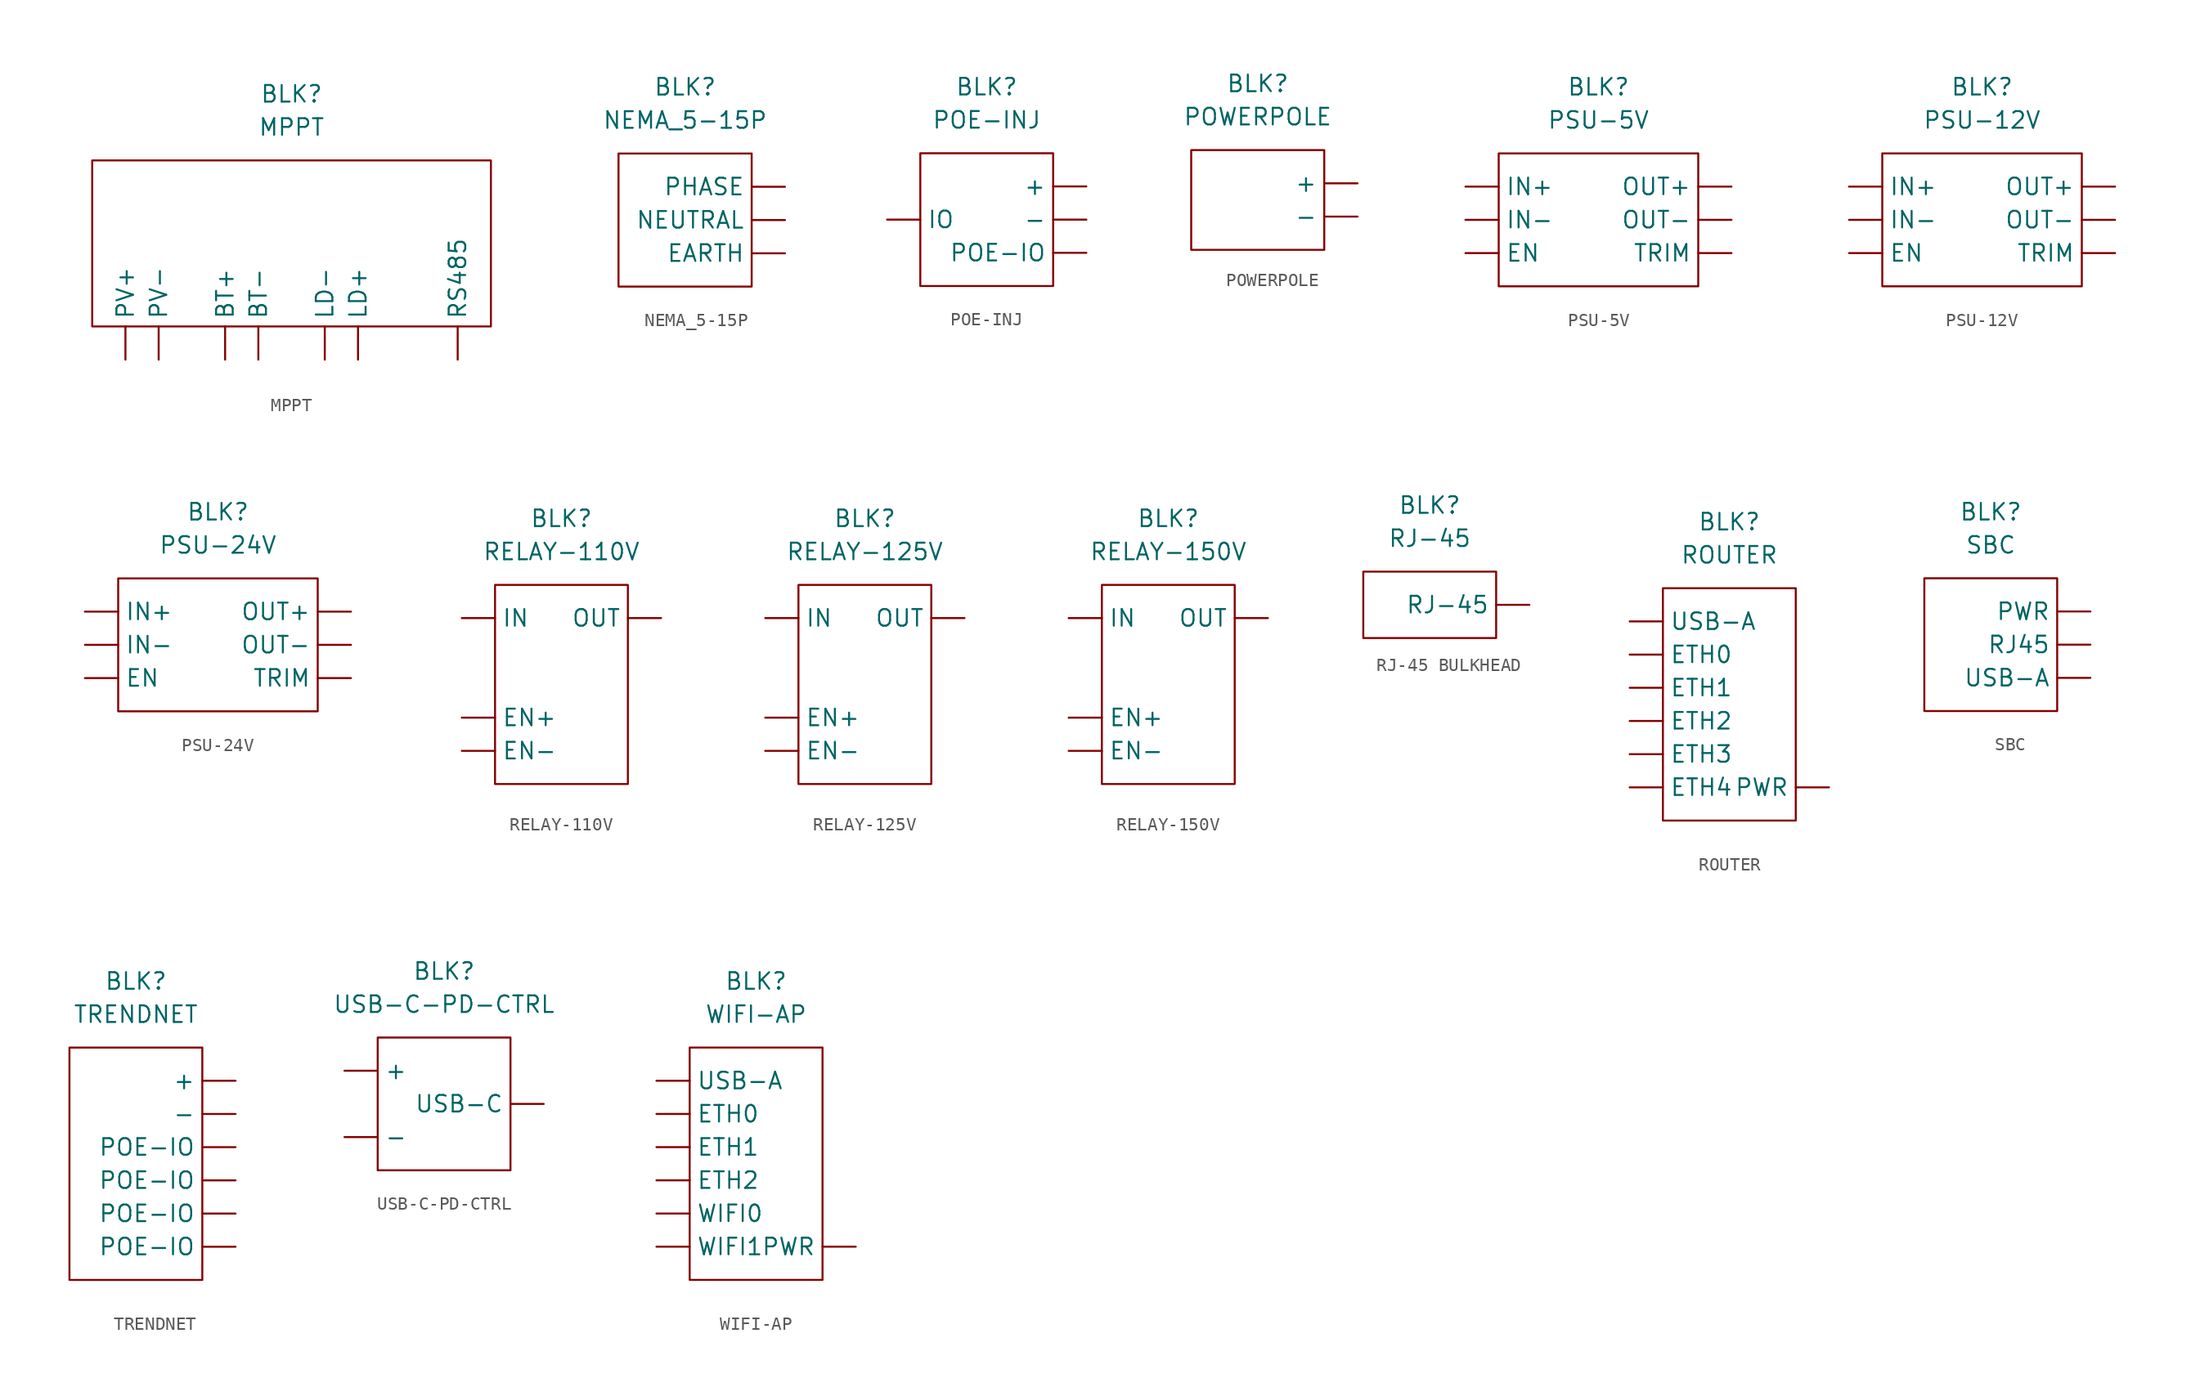
<source format=kicad_sym>
(kicad_symbol_lib
  (version 20220914)
  (generator kicad_symbol_editor)
  (symbol "MPPT"
    (pin_numbers hide)
    (property "Reference" "BLK"
      (at 0 10.16 0)
      (effects (font (size 1.27 1.27))))
    (property "Value" "MPPT"
      (at 0 7.62 0)
      (effects (font (size 1.27 1.27))))
    (symbol "MPPT_0_1"
      (rectangle (start -15.24 5.08) (end 15.24 -7.62) (stroke (width 0) (type default)) (fill (type none))))
    (symbol "MPPT_1_1"
      (pin passive line (at -5.08 -10.16 90) (length 2.54) (name "BT+" (effects (font (size 1.27 1.27)))) (number "1" (effects (font (size 1.27 1.27)))))
      (pin passive line (at 5.08 -10.16 90) (length 2.54) (name "LD+" (effects (font (size 1.27 1.27)))) (number "1" (effects (font (size 1.27 1.27)))))
      (pin passive line (at -12.7 -10.16 90) (length 2.54) (name "PV+" (effects (font (size 1.27 1.27)))) (number "1" (effects (font (size 1.27 1.27)))))
      (pin passive line (at -2.54 -10.16 90) (length 2.54) (name "BT-" (effects (font (size 1.27 1.27)))) (number "2" (effects (font (size 1.27 1.27)))))
      (pin passive line (at 2.54 -10.16 90) (length 2.54) (name "LD-" (effects (font (size 1.27 1.27)))) (number "2" (effects (font (size 1.27 1.27)))))
      (pin passive line (at -10.16 -10.16 90) (length 2.54) (name "PV-" (effects (font (size 1.27 1.27)))) (number "2" (effects (font (size 1.27 1.27)))))
      (pin passive line (at 12.7 -10.16 90) (length 2.54) (name "RS485" (effects (font (size 1.27 1.27)))) (number "3" (effects (font (size 1.27 1.27)))))))
  (symbol "NEMA_5-15P"
    (pin_numbers hide)
    (property "Reference" "BLK"
      (at 0 10.16 0)
      (effects (font (size 1.27 1.27))))
    (property "Value" "NEMA_5-15P"
      (at 0 7.62 0)
      (effects (font (size 1.27 1.27))))
    (symbol "NEMA_5-15P_0_1"
      (rectangle (start -5.08 5.08) (end 5.08 -5.08) (stroke (width 0) (type default)) (fill (type none))))
    (symbol "NEMA_5-15P_1_1"
      (pin passive line (at 7.62 2.54 180) (length 2.54) (name "PHASE" (effects (font (size 1.27 1.27)))) (number "1" (effects (font (size 1.27 1.27)))))
      (pin passive line (at 7.62 -2.54 180) (length 2.54) (name "EARTH" (effects (font (size 1.27 1.27)))) (number "2" (effects (font (size 1.27 1.27)))))
      (pin passive line (at 7.62 0 180) (length 2.54) (name "NEUTRAL" (effects (font (size 1.27 1.27)))) (number "2" (effects (font (size 1.27 1.27)))))))
  (symbol "POE-INJ"
    (pin_numbers hide)
    (property "Reference" "BLK"
      (at 0 10.16 0)
      (effects (font (size 1.27 1.27))))
    (property "Value" "POE-INJ"
      (at 0 7.62 0)
      (effects (font (size 1.27 1.27))))
    (symbol "POE-INJ_0_1"
      (rectangle (start -5.08 5.08) (end 5.08 -5.08) (stroke (width 0) (type default)) (fill (type none))))
    (symbol "POE-INJ_1_1"
      (pin passive line (at 7.62 2.54 180) (length 2.54) (name "+" (effects (font (size 1.27 1.27)))) (number "1" (effects (font (size 1.27 1.27)))))
      (pin passive line (at 7.62 0 180) (length 2.54) (name "-" (effects (font (size 1.27 1.27)))) (number "2" (effects (font (size 1.27 1.27)))))
      (pin passive line (at -7.62 0 0) (length 2.54) (name "IO" (effects (font (size 1.27 1.27)))) (number "3" (effects (font (size 1.27 1.27)))))
      (pin passive line (at 7.62 -2.54 180) (length 2.54) (name "POE-IO" (effects (font (size 1.27 1.27)))) (number "4" (effects (font (size 1.27 1.27)))))))
  (symbol "POWERPOLE"
    (pin_numbers hide)
    (property "Reference" "BLK"
      (at 0 10.16 0)
      (effects (font (size 1.27 1.27))))
    (property "Value" "POWERPOLE"
      (at 0 7.62 0)
      (effects (font (size 1.27 1.27))))
    (symbol "POWERPOLE_0_1"
      (rectangle (start -5.08 5.08) (end 5.08 -2.54) (stroke (width 0) (type default)) (fill (type none))))
    (symbol "POWERPOLE_1_1"
      (pin passive line (at 7.62 2.54 180) (length 2.54) (name "+" (effects (font (size 1.27 1.27)))) (number "1" (effects (font (size 1.27 1.27)))))
      (pin passive line (at 7.62 0 180) (length 2.54) (name "-" (effects (font (size 1.27 1.27)))) (number "2" (effects (font (size 1.27 1.27)))))))
  (symbol "PSU-5V"
    (pin_numbers hide)
    (property "Reference" "BLK"
      (at 0 10.16 0)
      (effects (font (size 1.27 1.27))))
    (property "Value" "PSU-5V"
      (at 0 7.62 0)
      (effects (font (size 1.27 1.27))))
    (symbol "PSU-5V_0_1"
      (rectangle (start -7.62 5.08) (end 7.62 -5.08) (stroke (width 0) (type default)) (fill (type none))))
    (symbol "PSU-5V_1_1"
      (pin passive line (at 10.16 2.54 180) (length 2.54) (name "OUT+" (effects (font (size 1.27 1.27)))) (number "1" (effects (font (size 1.27 1.27)))))
      (pin passive line (at 10.16 0 180) (length 2.54) (name "OUT-" (effects (font (size 1.27 1.27)))) (number "2" (effects (font (size 1.27 1.27)))))
      (pin passive line (at 10.16 -2.54 180) (length 2.54) (name "TRIM" (effects (font (size 1.27 1.27)))) (number "3" (effects (font (size 1.27 1.27)))))
      (pin passive line (at -10.16 2.54 0) (length 2.54) (name "IN+" (effects (font (size 1.27 1.27)))) (number "4" (effects (font (size 1.27 1.27)))))
      (pin passive line (at -10.16 0 0) (length 2.54) (name "IN-" (effects (font (size 1.27 1.27)))) (number "5" (effects (font (size 1.27 1.27)))))
      (pin passive line (at -10.16 -2.54 0) (length 2.54) (name "EN" (effects (font (size 1.27 1.27)))) (number "6" (effects (font (size 1.27 1.27)))))))
  (symbol "PSU-12V"
    (pin_numbers hide)
    (property "Reference" "BLK"
      (at 0 10.16 0)
      (effects (font (size 1.27 1.27))))
    (property "Value" "PSU-12V"
      (at 0 7.62 0)
      (effects (font (size 1.27 1.27))))
    (symbol "PSU-12V_0_1"
      (rectangle (start -7.62 5.08) (end 7.62 -5.08) (stroke (width 0) (type default)) (fill (type none))))
    (symbol "PSU-12V_1_1"
      (pin passive line (at 10.16 2.54 180) (length 2.54) (name "OUT+" (effects (font (size 1.27 1.27)))) (number "1" (effects (font (size 1.27 1.27)))))
      (pin passive line (at 10.16 0 180) (length 2.54) (name "OUT-" (effects (font (size 1.27 1.27)))) (number "2" (effects (font (size 1.27 1.27)))))
      (pin passive line (at 10.16 -2.54 180) (length 2.54) (name "TRIM" (effects (font (size 1.27 1.27)))) (number "3" (effects (font (size 1.27 1.27)))))
      (pin passive line (at -10.16 2.54 0) (length 2.54) (name "IN+" (effects (font (size 1.27 1.27)))) (number "4" (effects (font (size 1.27 1.27)))))
      (pin passive line (at -10.16 0 0) (length 2.54) (name "IN-" (effects (font (size 1.27 1.27)))) (number "5" (effects (font (size 1.27 1.27)))))
      (pin passive line (at -10.16 -2.54 0) (length 2.54) (name "EN" (effects (font (size 1.27 1.27)))) (number "6" (effects (font (size 1.27 1.27)))))))
  (symbol "PSU-24V"
    (pin_numbers hide)
    (property "Reference" "BLK"
      (at 0 10.16 0)
      (effects (font (size 1.27 1.27))))
    (property "Value" "PSU-24V"
      (at 0 7.62 0)
      (effects (font (size 1.27 1.27))))
    (symbol "PSU-24V_0_1"
      (rectangle (start -7.62 5.08) (end 7.62 -5.08) (stroke (width 0) (type default)) (fill (type none))))
    (symbol "PSU-24V_1_1"
      (pin passive line (at 10.16 2.54 180) (length 2.54) (name "OUT+" (effects (font (size 1.27 1.27)))) (number "1" (effects (font (size 1.27 1.27)))))
      (pin passive line (at 10.16 0 180) (length 2.54) (name "OUT-" (effects (font (size 1.27 1.27)))) (number "2" (effects (font (size 1.27 1.27)))))
      (pin passive line (at 10.16 -2.54 180) (length 2.54) (name "TRIM" (effects (font (size 1.27 1.27)))) (number "3" (effects (font (size 1.27 1.27)))))
      (pin passive line (at -10.16 2.54 0) (length 2.54) (name "IN+" (effects (font (size 1.27 1.27)))) (number "4" (effects (font (size 1.27 1.27)))))
      (pin passive line (at -10.16 0 0) (length 2.54) (name "IN-" (effects (font (size 1.27 1.27)))) (number "5" (effects (font (size 1.27 1.27)))))
      (pin passive line (at -10.16 -2.54 0) (length 2.54) (name "EN" (effects (font (size 1.27 1.27)))) (number "6" (effects (font (size 1.27 1.27)))))))
  (symbol "RELAY-110V"
    (pin_numbers hide)
    (property "Reference" "BLK"
      (at 0 12.7 0)
      (effects (font (size 1.27 1.27))))
    (property "Value" "RELAY-110V"
      (at 0 10.16 0)
      (effects (font (size 1.27 1.27))))
    (symbol "RELAY-110V_0_1"
      (rectangle (start -5.08 7.62) (end 5.08 -7.62) (stroke (width 0) (type default)) (fill (type none))))
    (symbol "RELAY-110V_1_1"
      (pin passive line (at -7.62 5.08 0) (length 2.54) (name "IN" (effects (font (size 1.27 1.27)))) (number "1" (effects (font (size 1.27 1.27)))))
      (pin passive line (at 7.62 5.08 180) (length 2.54) (name "OUT" (effects (font (size 1.27 1.27)))) (number "2" (effects (font (size 1.27 1.27)))))
      (pin passive line (at -7.62 -2.54 0) (length 2.54) (name "EN+" (effects (font (size 1.27 1.27)))) (number "3" (effects (font (size 1.27 1.27)))))
      (pin passive line (at -7.62 -5.08 0) (length 2.54) (name "EN-" (effects (font (size 1.27 1.27)))) (number "3" (effects (font (size 1.27 1.27)))))))
  (symbol "RELAY-125V"
    (pin_numbers hide)
    (property "Reference" "BLK"
      (at 0 12.7 0)
      (effects (font (size 1.27 1.27))))
    (property "Value" "RELAY-125V"
      (at 0 10.16 0)
      (effects (font (size 1.27 1.27))))
    (symbol "RELAY-125V_0_1"
      (rectangle (start -5.08 7.62) (end 5.08 -7.62) (stroke (width 0) (type default)) (fill (type none))))
    (symbol "RELAY-125V_1_1"
      (pin passive line (at -7.62 5.08 0) (length 2.54) (name "IN" (effects (font (size 1.27 1.27)))) (number "1" (effects (font (size 1.27 1.27)))))
      (pin passive line (at 7.62 5.08 180) (length 2.54) (name "OUT" (effects (font (size 1.27 1.27)))) (number "2" (effects (font (size 1.27 1.27)))))
      (pin passive line (at -7.62 -2.54 0) (length 2.54) (name "EN+" (effects (font (size 1.27 1.27)))) (number "3" (effects (font (size 1.27 1.27)))))
      (pin passive line (at -7.62 -5.08 0) (length 2.54) (name "EN-" (effects (font (size 1.27 1.27)))) (number "3" (effects (font (size 1.27 1.27)))))))
  (symbol "RELAY-150V"
    (pin_numbers hide)
    (property "Reference" "BLK"
      (at 0 12.7 0)
      (effects (font (size 1.27 1.27))))
    (property "Value" "RELAY-150V"
      (at 0 10.16 0)
      (effects (font (size 1.27 1.27))))
    (symbol "RELAY-150V_0_1"
      (rectangle (start -5.08 7.62) (end 5.08 -7.62) (stroke (width 0) (type default)) (fill (type none))))
    (symbol "RELAY-150V_1_1"
      (pin passive line (at -7.62 5.08 0) (length 2.54) (name "IN" (effects (font (size 1.27 1.27)))) (number "1" (effects (font (size 1.27 1.27)))))
      (pin passive line (at 7.62 5.08 180) (length 2.54) (name "OUT" (effects (font (size 1.27 1.27)))) (number "2" (effects (font (size 1.27 1.27)))))
      (pin passive line (at -7.62 -2.54 0) (length 2.54) (name "EN+" (effects (font (size 1.27 1.27)))) (number "3" (effects (font (size 1.27 1.27)))))
      (pin passive line (at -7.62 -5.08 0) (length 2.54) (name "EN-" (effects (font (size 1.27 1.27)))) (number "3" (effects (font (size 1.27 1.27)))))))
  (symbol "RJ-45 BULKHEAD"
    (pin_numbers hide)
    (property "Reference" "BLK"
      (at 0 7.62 0)
      (effects (font (size 1.27 1.27))))
    (property "Value" "RJ-45"
      (at 0 5.08 0)
      (effects (font (size 1.27 1.27))))
    (symbol "RJ-45 BULKHEAD_0_1"
      (rectangle (start -5.08 2.54) (end 5.08 -2.54) (stroke (width 0) (type default)) (fill (type none))))
    (symbol "RJ-45 BULKHEAD_1_1"
      (pin passive line (at 7.62 0 180) (length 2.54) (name "RJ-45" (effects (font (size 1.27 1.27)))) (number "1" (effects (font (size 1.27 1.27)))))))
  (symbol "ROUTER"
    (pin_numbers hide)
    (property "Reference" "BLK"
      (at 0 10.16 0)
      (effects (font (size 1.27 1.27))))
    (property "Value" "ROUTER"
      (at 0 7.62 0)
      (effects (font (size 1.27 1.27))))
    (symbol "ROUTER_0_1"
      (rectangle (start -5.08 5.08) (end 5.08 -12.7) (stroke (width 0) (type default)) (fill (type none))))
    (symbol "ROUTER_1_1"
      (pin passive line (at 7.62 -10.16 180) (length 2.54) (name "PWR" (effects (font (size 1.27 1.27)))) (number "1" (effects (font (size 1.27 1.27)))))
      (pin passive line (at -7.62 0 0) (length 2.54) (name "ETH0" (effects (font (size 1.27 1.27)))) (number "2" (effects (font (size 1.27 1.27)))))
      (pin passive line (at -7.62 -2.54 0) (length 2.54) (name "ETH1" (effects (font (size 1.27 1.27)))) (number "3" (effects (font (size 1.27 1.27)))))
      (pin passive line (at -7.62 -5.08 0) (length 2.54) (name "ETH2" (effects (font (size 1.27 1.27)))) (number "4" (effects (font (size 1.27 1.27)))))
      (pin passive line (at -7.62 -7.62 0) (length 2.54) (name "ETH3" (effects (font (size 1.27 1.27)))) (number "5" (effects (font (size 1.27 1.27)))))
      (pin passive line (at -7.62 -10.16 0) (length 2.54) (name "ETH4" (effects (font (size 1.27 1.27)))) (number "6" (effects (font (size 1.27 1.27)))))
      (pin passive line (at -7.62 2.54 0) (length 2.54) (name "USB-A" (effects (font (size 1.27 1.27)))) (number "7" (effects (font (size 1.27 1.27)))))))
  (symbol "SBC"
    (pin_numbers hide)
    (property "Reference" "BLK"
      (at 0 10.16 0)
      (effects (font (size 1.27 1.27))))
    (property "Value" "SBC"
      (at 0 7.62 0)
      (effects (font (size 1.27 1.27))))
    (symbol "SBC_0_1"
      (rectangle (start -5.08 5.08) (end 5.08 -5.08) (stroke (width 0) (type default)) (fill (type none))))
    (symbol "SBC_1_1"
      (pin passive line (at 7.62 2.54 180) (length 2.54) (name "PWR" (effects (font (size 1.27 1.27)))) (number "1" (effects (font (size 1.27 1.27)))))
      (pin passive line (at 7.62 0 180) (length 2.54) (name "RJ45" (effects (font (size 1.27 1.27)))) (number "2" (effects (font (size 1.27 1.27)))))
      (pin passive line (at 7.62 -2.54 180) (length 2.54) (name "USB-A" (effects (font (size 1.27 1.27)))) (number "3" (effects (font (size 1.27 1.27)))))))
  (symbol "TRENDNET"
    (pin_numbers hide)
    (property "Reference" "BLK"
      (at 0 10.16 0)
      (effects (font (size 1.27 1.27))))
    (property "Value" "TRENDNET"
      (at 0 7.62 0)
      (effects (font (size 1.27 1.27))))
    (symbol "TRENDNET_0_1"
      (rectangle (start -5.08 5.08) (end 5.08 -12.7) (stroke (width 0) (type default)) (fill (type none))))
    (symbol "TRENDNET_1_1"
      (pin passive line (at 7.62 2.54 180) (length 2.54) (name "+" (effects (font (size 1.27 1.27)))) (number "1" (effects (font (size 1.27 1.27)))))
      (pin passive line (at 7.62 0 180) (length 2.54) (name "-" (effects (font (size 1.27 1.27)))) (number "2" (effects (font (size 1.27 1.27)))))
      (pin passive line (at 7.62 -10.16 180) (length 2.54) (name "POE-IO" (effects (font (size 1.27 1.27)))) (number "4" (effects (font (size 1.27 1.27)))))
      (pin passive line (at 7.62 -7.62 180) (length 2.54) (name "POE-IO" (effects (font (size 1.27 1.27)))) (number "4" (effects (font (size 1.27 1.27)))))
      (pin passive line (at 7.62 -5.08 180) (length 2.54) (name "POE-IO" (effects (font (size 1.27 1.27)))) (number "4" (effects (font (size 1.27 1.27)))))
      (pin passive line (at 7.62 -2.54 180) (length 2.54) (name "POE-IO" (effects (font (size 1.27 1.27)))) (number "4" (effects (font (size 1.27 1.27)))))))
  (symbol "USB-C-PD-CTRL"
    (pin_numbers hide)
    (property "Reference" "BLK"
      (at 0 10.16 0)
      (effects (font (size 1.27 1.27))))
    (property "Value" "USB-C-PD-CTRL"
      (at 0 7.62 0)
      (effects (font (size 1.27 1.27))))
    (symbol "USB-C-PD-CTRL_0_1"
      (rectangle (start -5.08 5.08) (end 5.08 -5.08) (stroke (width 0) (type default)) (fill (type none))))
    (symbol "USB-C-PD-CTRL_1_1"
      (pin passive line (at -7.62 2.54 0) (length 2.54) (name "+" (effects (font (size 1.27 1.27)))) (number "1" (effects (font (size 1.27 1.27)))))
      (pin passive line (at -7.62 -2.54 0) (length 2.54) (name "-" (effects (font (size 1.27 1.27)))) (number "2" (effects (font (size 1.27 1.27)))))
      (pin passive line (at 7.62 0 180) (length 2.54) (name "USB-C" (effects (font (size 1.27 1.27)))) (number "3" (effects (font (size 1.27 1.27)))))))
  (symbol "WIFI-AP"
    (pin_numbers hide)
    (property "Reference" "BLK"
      (at 0 10.16 0)
      (effects (font (size 1.27 1.27))))
    (property "Value" "WIFI-AP"
      (at 0 7.62 0)
      (effects (font (size 1.27 1.27))))
    (symbol "WIFI-AP_0_1"
      (rectangle (start -5.08 5.08) (end 5.08 -12.7) (stroke (width 0) (type default)) (fill (type none))))
    (symbol "WIFI-AP_1_1"
      (pin passive line (at 7.62 -10.16 180) (length 2.54) (name "PWR" (effects (font (size 1.27 1.27)))) (number "1" (effects (font (size 1.27 1.27)))))
      (pin passive line (at -7.62 0 0) (length 2.54) (name "ETH0" (effects (font (size 1.27 1.27)))) (number "2" (effects (font (size 1.27 1.27)))))
      (pin passive line (at -7.62 -2.54 0) (length 2.54) (name "ETH1" (effects (font (size 1.27 1.27)))) (number "3" (effects (font (size 1.27 1.27)))))
      (pin passive line (at -7.62 -5.08 0) (length 2.54) (name "ETH2" (effects (font (size 1.27 1.27)))) (number "4" (effects (font (size 1.27 1.27)))))
      (pin passive line (at -7.62 -7.62 0) (length 2.54) (name "WIFI0" (effects (font (size 1.27 1.27)))) (number "5" (effects (font (size 1.27 1.27)))))
      (pin passive line (at -7.62 -10.16 0) (length 2.54) (name "WIFI1" (effects (font (size 1.27 1.27)))) (number "6" (effects (font (size 1.27 1.27)))))
      (pin passive line (at -7.62 2.54 0) (length 2.54) (name "USB-A" (effects (font (size 1.27 1.27)))) (number "7" (effects (font (size 1.27 1.27))))))))
</source>
